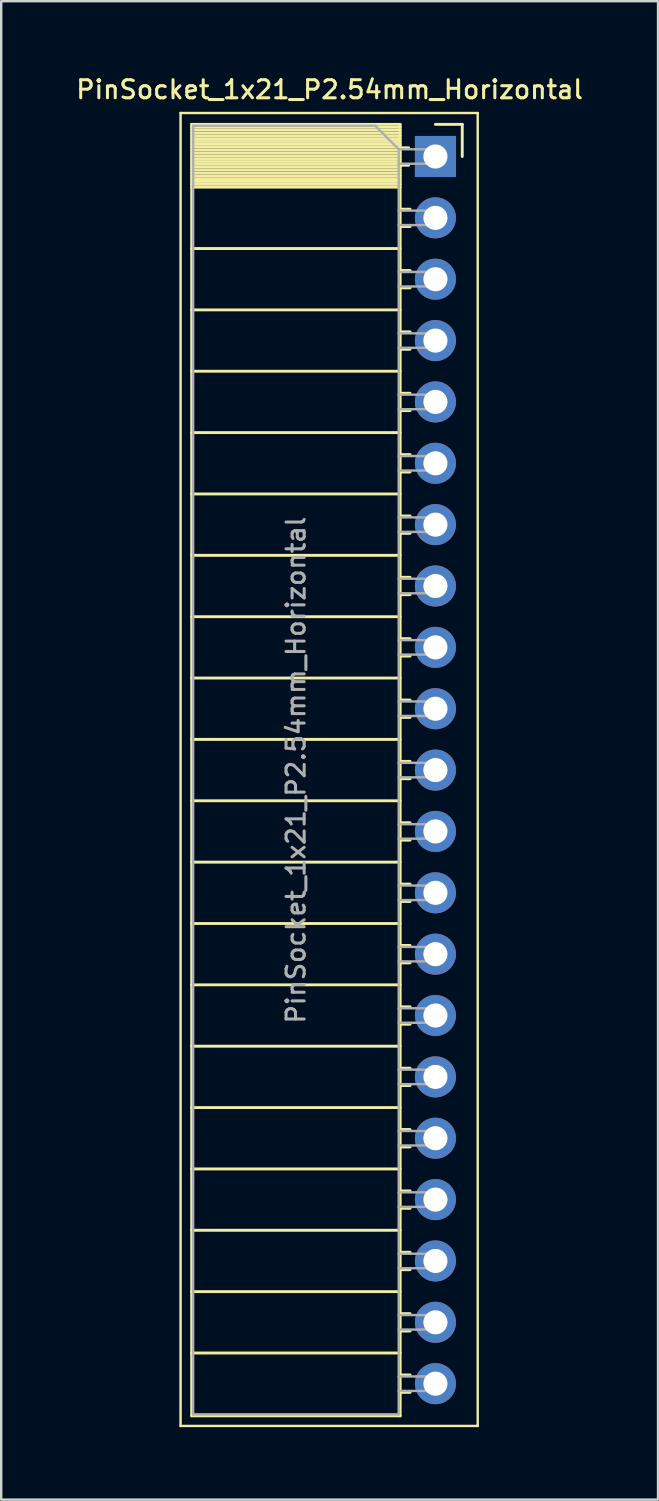
<source format=kicad_pcb>
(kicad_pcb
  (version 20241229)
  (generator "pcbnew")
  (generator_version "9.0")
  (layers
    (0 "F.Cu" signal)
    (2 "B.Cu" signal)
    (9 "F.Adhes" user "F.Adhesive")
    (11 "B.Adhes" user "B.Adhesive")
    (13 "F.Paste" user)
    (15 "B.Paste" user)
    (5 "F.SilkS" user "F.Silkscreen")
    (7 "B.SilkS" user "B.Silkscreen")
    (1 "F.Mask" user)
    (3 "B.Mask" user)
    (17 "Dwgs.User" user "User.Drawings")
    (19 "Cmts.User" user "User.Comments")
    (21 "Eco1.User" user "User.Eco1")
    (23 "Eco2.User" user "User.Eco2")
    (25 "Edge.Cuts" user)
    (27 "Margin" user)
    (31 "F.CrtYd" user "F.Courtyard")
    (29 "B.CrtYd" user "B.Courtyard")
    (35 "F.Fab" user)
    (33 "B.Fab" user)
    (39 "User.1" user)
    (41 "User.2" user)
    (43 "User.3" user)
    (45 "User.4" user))
  (footprint "PinSocket_1x21_P2.54mm_Horizontal"
    (layer "F.Cu")
    (at 14.975 3.428)
    (property "Reference" "PinSocket_1x21_P2.54mm_Horizontal" (at -4.38 -2.77 0) (layer "F.SilkS") (effects (font (size 0.75 0.75) (thickness 0.125))))
    (attr through_hole)
    (fp_line (start -10.55 -1.8) (end -10.55 52.55) (stroke (width 0.1) (type solid)) (layer "F.SilkS"))
    (fp_line (start -10.55 52.55) (end 1.75 52.55) (stroke (width 0.1) (type solid)) (layer "F.SilkS"))
    (fp_line (start -10.09 -1.33) (end -10.09 52.13) (stroke (width 0.12) (type solid)) (layer "F.SilkS"))
    (fp_line (start -10.09 -1.33) (end -1.46 -1.33) (stroke (width 0.12) (type solid)) (layer "F.SilkS"))
    (fp_line (start -10.09 -1.21) (end -1.46 -1.21) (stroke (width 0.12) (type solid)) (layer "F.SilkS"))
    (fp_line (start -10.09 -1.092) (end -1.46 -1.092) (stroke (width 0.12) (type solid)) (layer "F.SilkS"))
    (fp_line (start -10.09 -0.974) (end -1.46 -0.974) (stroke (width 0.12) (type solid)) (layer "F.SilkS"))
    (fp_line (start -10.09 -0.856) (end -1.46 -0.856) (stroke (width 0.12) (type solid)) (layer "F.SilkS"))
    (fp_line (start -10.09 -0.738) (end -1.46 -0.738) (stroke (width 0.12) (type solid)) (layer "F.SilkS"))
    (fp_line (start -10.09 -0.62) (end -1.46 -0.62) (stroke (width 0.12) (type solid)) (layer "F.SilkS"))
    (fp_line (start -10.09 -0.501) (end -1.46 -0.501) (stroke (width 0.12) (type solid)) (layer "F.SilkS"))
    (fp_line (start -10.09 -0.383) (end -1.46 -0.383) (stroke (width 0.12) (type solid)) (layer "F.SilkS"))
    (fp_line (start -10.09 -0.265) (end -1.46 -0.265) (stroke (width 0.12) (type solid)) (layer "F.SilkS"))
    (fp_line (start -10.09 -0.147) (end -1.46 -0.147) (stroke (width 0.12) (type solid)) (layer "F.SilkS"))
    (fp_line (start -10.09 -0.029) (end -1.46 -0.029) (stroke (width 0.12) (type solid)) (layer "F.SilkS"))
    (fp_line (start -10.09 0.089) (end -1.46 0.089) (stroke (width 0.12) (type solid)) (layer "F.SilkS"))
    (fp_line (start -10.09 0.207) (end -1.46 0.207) (stroke (width 0.12) (type solid)) (layer "F.SilkS"))
    (fp_line (start -10.09 0.325) (end -1.46 0.325) (stroke (width 0.12) (type solid)) (layer "F.SilkS"))
    (fp_line (start -10.09 0.443) (end -1.46 0.443) (stroke (width 0.12) (type solid)) (layer "F.SilkS"))
    (fp_line (start -10.09 0.561) (end -1.46 0.561) (stroke (width 0.12) (type solid)) (layer "F.SilkS"))
    (fp_line (start -10.09 0.68) (end -1.46 0.68) (stroke (width 0.12) (type solid)) (layer "F.SilkS"))
    (fp_line (start -10.09 0.798) (end -1.46 0.798) (stroke (width 0.12) (type solid)) (layer "F.SilkS"))
    (fp_line (start -10.09 0.916) (end -1.46 0.916) (stroke (width 0.12) (type solid)) (layer "F.SilkS"))
    (fp_line (start -10.09 1.034) (end -1.46 1.034) (stroke (width 0.12) (type solid)) (layer "F.SilkS"))
    (fp_line (start -10.09 1.152) (end -1.46 1.152) (stroke (width 0.12) (type solid)) (layer "F.SilkS"))
    (fp_line (start -10.09 1.27) (end -1.46 1.27) (stroke (width 0.12) (type solid)) (layer "F.SilkS"))
    (fp_line (start -10.09 3.81) (end -1.46 3.81) (stroke (width 0.12) (type solid)) (layer "F.SilkS"))
    (fp_line (start -10.09 6.35) (end -1.46 6.35) (stroke (width 0.12) (type solid)) (layer "F.SilkS"))
    (fp_line (start -10.09 8.89) (end -1.46 8.89) (stroke (width 0.12) (type solid)) (layer "F.SilkS"))
    (fp_line (start -10.09 11.43) (end -1.46 11.43) (stroke (width 0.12) (type solid)) (layer "F.SilkS"))
    (fp_line (start -10.09 13.97) (end -1.46 13.97) (stroke (width 0.12) (type solid)) (layer "F.SilkS"))
    (fp_line (start -10.09 16.51) (end -1.46 16.51) (stroke (width 0.12) (type solid)) (layer "F.SilkS"))
    (fp_line (start -10.09 19.05) (end -1.46 19.05) (stroke (width 0.12) (type solid)) (layer "F.SilkS"))
    (fp_line (start -10.09 21.59) (end -1.46 21.59) (stroke (width 0.12) (type solid)) (layer "F.SilkS"))
    (fp_line (start -10.09 24.13) (end -1.46 24.13) (stroke (width 0.12) (type solid)) (layer "F.SilkS"))
    (fp_line (start -10.09 26.67) (end -1.46 26.67) (stroke (width 0.12) (type solid)) (layer "F.SilkS"))
    (fp_line (start -10.09 29.21) (end -1.46 29.21) (stroke (width 0.12) (type solid)) (layer "F.SilkS"))
    (fp_line (start -10.09 31.75) (end -1.46 31.75) (stroke (width 0.12) (type solid)) (layer "F.SilkS"))
    (fp_line (start -10.09 34.29) (end -1.46 34.29) (stroke (width 0.12) (type solid)) (layer "F.SilkS"))
    (fp_line (start -10.09 36.83) (end -1.46 36.83) (stroke (width 0.12) (type solid)) (layer "F.SilkS"))
    (fp_line (start -10.09 39.37) (end -1.46 39.37) (stroke (width 0.12) (type solid)) (layer "F.SilkS"))
    (fp_line (start -10.09 41.91) (end -1.46 41.91) (stroke (width 0.12) (type solid)) (layer "F.SilkS"))
    (fp_line (start -10.09 44.45) (end -1.46 44.45) (stroke (width 0.12) (type solid)) (layer "F.SilkS"))
    (fp_line (start -10.09 46.99) (end -1.46 46.99) (stroke (width 0.12) (type solid)) (layer "F.SilkS"))
    (fp_line (start -10.09 49.53) (end -1.46 49.53) (stroke (width 0.12) (type solid)) (layer "F.SilkS"))
    (fp_line (start -10.09 52.13) (end -1.46 52.13) (stroke (width 0.12) (type solid)) (layer "F.SilkS"))
    (fp_line (start -1.46 -1.33) (end -1.46 52.13) (stroke (width 0.12) (type solid)) (layer "F.SilkS"))
    (fp_line (start -1.46 -0.36) (end -1.11 -0.36) (stroke (width 0.12) (type solid)) (layer "F.SilkS"))
    (fp_line (start -1.46 0.36) (end -1.11 0.36) (stroke (width 0.12) (type solid)) (layer "F.SilkS"))
    (fp_line (start -1.46 2.18) (end -1.05 2.18) (stroke (width 0.12) (type solid)) (layer "F.SilkS"))
    (fp_line (start -1.46 2.9) (end -1.05 2.9) (stroke (width 0.12) (type solid)) (layer "F.SilkS"))
    (fp_line (start -1.46 4.72) (end -1.05 4.72) (stroke (width 0.12) (type solid)) (layer "F.SilkS"))
    (fp_line (start -1.46 5.44) (end -1.05 5.44) (stroke (width 0.12) (type solid)) (layer "F.SilkS"))
    (fp_line (start -1.46 7.26) (end -1.05 7.26) (stroke (width 0.12) (type solid)) (layer "F.SilkS"))
    (fp_line (start -1.46 7.98) (end -1.05 7.98) (stroke (width 0.12) (type solid)) (layer "F.SilkS"))
    (fp_line (start -1.46 9.8) (end -1.05 9.8) (stroke (width 0.12) (type solid)) (layer "F.SilkS"))
    (fp_line (start -1.46 10.52) (end -1.05 10.52) (stroke (width 0.12) (type solid)) (layer "F.SilkS"))
    (fp_line (start -1.46 12.34) (end -1.05 12.34) (stroke (width 0.12) (type solid)) (layer "F.SilkS"))
    (fp_line (start -1.46 13.06) (end -1.05 13.06) (stroke (width 0.12) (type solid)) (layer "F.SilkS"))
    (fp_line (start -1.46 14.88) (end -1.05 14.88) (stroke (width 0.12) (type solid)) (layer "F.SilkS"))
    (fp_line (start -1.46 15.6) (end -1.05 15.6) (stroke (width 0.12) (type solid)) (layer "F.SilkS"))
    (fp_line (start -1.46 17.42) (end -1.05 17.42) (stroke (width 0.12) (type solid)) (layer "F.SilkS"))
    (fp_line (start -1.46 18.14) (end -1.05 18.14) (stroke (width 0.12) (type solid)) (layer "F.SilkS"))
    (fp_line (start -1.46 19.96) (end -1.05 19.96) (stroke (width 0.12) (type solid)) (layer "F.SilkS"))
    (fp_line (start -1.46 20.68) (end -1.05 20.68) (stroke (width 0.12) (type solid)) (layer "F.SilkS"))
    (fp_line (start -1.46 22.5) (end -1.05 22.5) (stroke (width 0.12) (type solid)) (layer "F.SilkS"))
    (fp_line (start -1.46 23.22) (end -1.05 23.22) (stroke (width 0.12) (type solid)) (layer "F.SilkS"))
    (fp_line (start -1.46 25.04) (end -1.05 25.04) (stroke (width 0.12) (type solid)) (layer "F.SilkS"))
    (fp_line (start -1.46 25.76) (end -1.05 25.76) (stroke (width 0.12) (type solid)) (layer "F.SilkS"))
    (fp_line (start -1.46 27.58) (end -1.05 27.58) (stroke (width 0.12) (type solid)) (layer "F.SilkS"))
    (fp_line (start -1.46 28.3) (end -1.05 28.3) (stroke (width 0.12) (type solid)) (layer "F.SilkS"))
    (fp_line (start -1.46 30.12) (end -1.05 30.12) (stroke (width 0.12) (type solid)) (layer "F.SilkS"))
    (fp_line (start -1.46 30.84) (end -1.05 30.84) (stroke (width 0.12) (type solid)) (layer "F.SilkS"))
    (fp_line (start -1.46 32.66) (end -1.05 32.66) (stroke (width 0.12) (type solid)) (layer "F.SilkS"))
    (fp_line (start -1.46 33.38) (end -1.05 33.38) (stroke (width 0.12) (type solid)) (layer "F.SilkS"))
    (fp_line (start -1.46 35.2) (end -1.05 35.2) (stroke (width 0.12) (type solid)) (layer "F.SilkS"))
    (fp_line (start -1.46 35.92) (end -1.05 35.92) (stroke (width 0.12) (type solid)) (layer "F.SilkS"))
    (fp_line (start -1.46 37.74) (end -1.05 37.74) (stroke (width 0.12) (type solid)) (layer "F.SilkS"))
    (fp_line (start -1.46 38.46) (end -1.05 38.46) (stroke (width 0.12) (type solid)) (layer "F.SilkS"))
    (fp_line (start -1.46 40.28) (end -1.05 40.28) (stroke (width 0.12) (type solid)) (layer "F.SilkS"))
    (fp_line (start -1.46 41) (end -1.05 41) (stroke (width 0.12) (type solid)) (layer "F.SilkS"))
    (fp_line (start -1.46 42.82) (end -1.05 42.82) (stroke (width 0.12) (type solid)) (layer "F.SilkS"))
    (fp_line (start -1.46 43.54) (end -1.05 43.54) (stroke (width 0.12) (type solid)) (layer "F.SilkS"))
    (fp_line (start -1.46 45.36) (end -1.05 45.36) (stroke (width 0.12) (type solid)) (layer "F.SilkS"))
    (fp_line (start -1.46 46.08) (end -1.05 46.08) (stroke (width 0.12) (type solid)) (layer "F.SilkS"))
    (fp_line (start -1.46 47.9) (end -1.05 47.9) (stroke (width 0.12) (type solid)) (layer "F.SilkS"))
    (fp_line (start -1.46 48.62) (end -1.05 48.62) (stroke (width 0.12) (type solid)) (layer "F.SilkS"))
    (fp_line (start -1.46 50.44) (end -1.05 50.44) (stroke (width 0.12) (type solid)) (layer "F.SilkS"))
    (fp_line (start -1.46 51.16) (end -1.05 51.16) (stroke (width 0.12) (type solid)) (layer "F.SilkS"))
    (fp_line (start 0 -1.33) (end 1.11 -1.33) (stroke (width 0.12) (type solid)) (layer "F.SilkS"))
    (fp_line (start 1.11 -1.33) (end 1.11 0) (stroke (width 0.12) (type solid)) (layer "F.SilkS"))
    (fp_line (start 1.75 -1.8) (end -10.55 -1.8) (stroke (width 0.1) (type solid)) (layer "F.SilkS"))
    (fp_line (start 1.75 52.55) (end 1.75 -1.8) (stroke (width 0.1) (type solid)) (layer "F.SilkS"))
    (fp_line (start -10.03 -1.27) (end -2.49 -1.27) (stroke (width 0.1) (type solid)) (layer "F.Fab"))
    (fp_line (start -10.03 52.07) (end -10.03 -1.27) (stroke (width 0.1) (type solid)) (layer "F.Fab"))
    (fp_line (start -2.49 -1.27) (end -1.52 -0.3) (stroke (width 0.1) (type solid)) (layer "F.Fab"))
    (fp_line (start -1.52 -0.3) (end -1.52 52.07) (stroke (width 0.1) (type solid)) (layer "F.Fab"))
    (fp_line (start -1.52 0.3) (end 0 0.3) (stroke (width 0.1) (type solid)) (layer "F.Fab"))
    (fp_line (start -1.52 2.84) (end 0 2.84) (stroke (width 0.1) (type solid)) (layer "F.Fab"))
    (fp_line (start -1.52 5.38) (end 0 5.38) (stroke (width 0.1) (type solid)) (layer "F.Fab"))
    (fp_line (start -1.52 7.92) (end 0 7.92) (stroke (width 0.1) (type solid)) (layer "F.Fab"))
    (fp_line (start -1.52 10.46) (end 0 10.46) (stroke (width 0.1) (type solid)) (layer "F.Fab"))
    (fp_line (start -1.52 13) (end 0 13) (stroke (width 0.1) (type solid)) (layer "F.Fab"))
    (fp_line (start -1.52 15.54) (end 0 15.54) (stroke (width 0.1) (type solid)) (layer "F.Fab"))
    (fp_line (start -1.52 18.08) (end 0 18.08) (stroke (width 0.1) (type solid)) (layer "F.Fab"))
    (fp_line (start -1.52 20.62) (end 0 20.62) (stroke (width 0.1) (type solid)) (layer "F.Fab"))
    (fp_line (start -1.52 23.16) (end 0 23.16) (stroke (width 0.1) (type solid)) (layer "F.Fab"))
    (fp_line (start -1.52 25.7) (end 0 25.7) (stroke (width 0.1) (type solid)) (layer "F.Fab"))
    (fp_line (start -1.52 28.24) (end 0 28.24) (stroke (width 0.1) (type solid)) (layer "F.Fab"))
    (fp_line (start -1.52 30.78) (end 0 30.78) (stroke (width 0.1) (type solid)) (layer "F.Fab"))
    (fp_line (start -1.52 33.32) (end 0 33.32) (stroke (width 0.1) (type solid)) (layer "F.Fab"))
    (fp_line (start -1.52 35.86) (end 0 35.86) (stroke (width 0.1) (type solid)) (layer "F.Fab"))
    (fp_line (start -1.52 38.4) (end 0 38.4) (stroke (width 0.1) (type solid)) (layer "F.Fab"))
    (fp_line (start -1.52 40.94) (end 0 40.94) (stroke (width 0.1) (type solid)) (layer "F.Fab"))
    (fp_line (start -1.52 43.48) (end 0 43.48) (stroke (width 0.1) (type solid)) (layer "F.Fab"))
    (fp_line (start -1.52 46.02) (end 0 46.02) (stroke (width 0.1) (type solid)) (layer "F.Fab"))
    (fp_line (start -1.52 48.56) (end 0 48.56) (stroke (width 0.1) (type solid)) (layer "F.Fab"))
    (fp_line (start -1.52 51.1) (end 0 51.1) (stroke (width 0.1) (type solid)) (layer "F.Fab"))
    (fp_line (start -1.52 52.07) (end -10.03 52.07) (stroke (width 0.1) (type solid)) (layer "F.Fab"))
    (fp_line (start 0 -0.3) (end -1.52 -0.3) (stroke (width 0.1) (type solid)) (layer "F.Fab"))
    (fp_line (start 0 0.3) (end 0 -0.3) (stroke (width 0.1) (type solid)) (layer "F.Fab"))
    (fp_line (start 0 2.24) (end -1.52 2.24) (stroke (width 0.1) (type solid)) (layer "F.Fab"))
    (fp_line (start 0 2.84) (end 0 2.24) (stroke (width 0.1) (type solid)) (layer "F.Fab"))
    (fp_line (start 0 4.78) (end -1.52 4.78) (stroke (width 0.1) (type solid)) (layer "F.Fab"))
    (fp_line (start 0 5.38) (end 0 4.78) (stroke (width 0.1) (type solid)) (layer "F.Fab"))
    (fp_line (start 0 7.32) (end -1.52 7.32) (stroke (width 0.1) (type solid)) (layer "F.Fab"))
    (fp_line (start 0 7.92) (end 0 7.32) (stroke (width 0.1) (type solid)) (layer "F.Fab"))
    (fp_line (start 0 9.86) (end -1.52 9.86) (stroke (width 0.1) (type solid)) (layer "F.Fab"))
    (fp_line (start 0 10.46) (end 0 9.86) (stroke (width 0.1) (type solid)) (layer "F.Fab"))
    (fp_line (start 0 12.4) (end -1.52 12.4) (stroke (width 0.1) (type solid)) (layer "F.Fab"))
    (fp_line (start 0 13) (end 0 12.4) (stroke (width 0.1) (type solid)) (layer "F.Fab"))
    (fp_line (start 0 14.94) (end -1.52 14.94) (stroke (width 0.1) (type solid)) (layer "F.Fab"))
    (fp_line (start 0 15.54) (end 0 14.94) (stroke (width 0.1) (type solid)) (layer "F.Fab"))
    (fp_line (start 0 17.48) (end -1.52 17.48) (stroke (width 0.1) (type solid)) (layer "F.Fab"))
    (fp_line (start 0 18.08) (end 0 17.48) (stroke (width 0.1) (type solid)) (layer "F.Fab"))
    (fp_line (start 0 20.02) (end -1.52 20.02) (stroke (width 0.1) (type solid)) (layer "F.Fab"))
    (fp_line (start 0 20.62) (end 0 20.02) (stroke (width 0.1) (type solid)) (layer "F.Fab"))
    (fp_line (start 0 22.56) (end -1.52 22.56) (stroke (width 0.1) (type solid)) (layer "F.Fab"))
    (fp_line (start 0 23.16) (end 0 22.56) (stroke (width 0.1) (type solid)) (layer "F.Fab"))
    (fp_line (start 0 25.1) (end -1.52 25.1) (stroke (width 0.1) (type solid)) (layer "F.Fab"))
    (fp_line (start 0 25.7) (end 0 25.1) (stroke (width 0.1) (type solid)) (layer "F.Fab"))
    (fp_line (start 0 27.64) (end -1.52 27.64) (stroke (width 0.1) (type solid)) (layer "F.Fab"))
    (fp_line (start 0 28.24) (end 0 27.64) (stroke (width 0.1) (type solid)) (layer "F.Fab"))
    (fp_line (start 0 30.18) (end -1.52 30.18) (stroke (width 0.1) (type solid)) (layer "F.Fab"))
    (fp_line (start 0 30.78) (end 0 30.18) (stroke (width 0.1) (type solid)) (layer "F.Fab"))
    (fp_line (start 0 32.72) (end -1.52 32.72) (stroke (width 0.1) (type solid)) (layer "F.Fab"))
    (fp_line (start 0 33.32) (end 0 32.72) (stroke (width 0.1) (type solid)) (layer "F.Fab"))
    (fp_line (start 0 35.26) (end -1.52 35.26) (stroke (width 0.1) (type solid)) (layer "F.Fab"))
    (fp_line (start 0 35.86) (end 0 35.26) (stroke (width 0.1) (type solid)) (layer "F.Fab"))
    (fp_line (start 0 37.8) (end -1.52 37.8) (stroke (width 0.1) (type solid)) (layer "F.Fab"))
    (fp_line (start 0 38.4) (end 0 37.8) (stroke (width 0.1) (type solid)) (layer "F.Fab"))
    (fp_line (start 0 40.34) (end -1.52 40.34) (stroke (width 0.1) (type solid)) (layer "F.Fab"))
    (fp_line (start 0 40.94) (end 0 40.34) (stroke (width 0.1) (type solid)) (layer "F.Fab"))
    (fp_line (start 0 42.88) (end -1.52 42.88) (stroke (width 0.1) (type solid)) (layer "F.Fab"))
    (fp_line (start 0 43.48) (end 0 42.88) (stroke (width 0.1) (type solid)) (layer "F.Fab"))
    (fp_line (start 0 45.42) (end -1.52 45.42) (stroke (width 0.1) (type solid)) (layer "F.Fab"))
    (fp_line (start 0 46.02) (end 0 45.42) (stroke (width 0.1) (type solid)) (layer "F.Fab"))
    (fp_line (start 0 47.96) (end -1.52 47.96) (stroke (width 0.1) (type solid)) (layer "F.Fab"))
    (fp_line (start 0 48.56) (end 0 47.96) (stroke (width 0.1) (type solid)) (layer "F.Fab"))
    (fp_line (start 0 50.5) (end -1.52 50.5) (stroke (width 0.1) (type solid)) (layer "F.Fab"))
    (fp_line (start 0 51.1) (end 0 50.5) (stroke (width 0.1) (type solid)) (layer "F.Fab"))
    (fp_text user "${REFERENCE}" (at -5.775 25.4 90) (layer "F.Fab") (effects (font (size 0.75 0.75) (thickness 0.125))))
    (pad "1" thru_hole rect (at 0 0) (size 1.7 1.7) (drill 1) (layers "*.Cu" "*.Mask"))
    (pad "2" thru_hole oval (at 0 2.54) (size 1.7 1.7) (drill 1) (layers "*.Cu" "*.Mask"))
    (pad "3" thru_hole oval (at 0 5.08) (size 1.7 1.7) (drill 1) (layers "*.Cu" "*.Mask"))
    (pad "4" thru_hole oval (at 0 7.62) (size 1.7 1.7) (drill 1) (layers "*.Cu" "*.Mask"))
    (pad "5" thru_hole oval (at 0 10.16) (size 1.7 1.7) (drill 1) (layers "*.Cu" "*.Mask"))
    (pad "6" thru_hole oval (at 0 12.7) (size 1.7 1.7) (drill 1) (layers "*.Cu" "*.Mask"))
    (pad "7" thru_hole oval (at 0 15.24) (size 1.7 1.7) (drill 1) (layers "*.Cu" "*.Mask"))
    (pad "8" thru_hole oval (at 0 17.78) (size 1.7 1.7) (drill 1) (layers "*.Cu" "*.Mask"))
    (pad "9" thru_hole oval (at 0 20.32) (size 1.7 1.7) (drill 1) (layers "*.Cu" "*.Mask"))
    (pad "10" thru_hole oval (at 0 22.86) (size 1.7 1.7) (drill 1) (layers "*.Cu" "*.Mask"))
    (pad "11" thru_hole oval (at 0 25.4) (size 1.7 1.7) (drill 1) (layers "*.Cu" "*.Mask"))
    (pad "12" thru_hole oval (at 0 27.94) (size 1.7 1.7) (drill 1) (layers "*.Cu" "*.Mask"))
    (pad "13" thru_hole oval (at 0 30.48) (size 1.7 1.7) (drill 1) (layers "*.Cu" "*.Mask"))
    (pad "14" thru_hole oval (at 0 33.02) (size 1.7 1.7) (drill 1) (layers "*.Cu" "*.Mask"))
    (pad "15" thru_hole oval (at 0 35.56) (size 1.7 1.7) (drill 1) (layers "*.Cu" "*.Mask"))
    (pad "16" thru_hole oval (at 0 38.1) (size 1.7 1.7) (drill 1) (layers "*.Cu" "*.Mask"))
    (pad "17" thru_hole oval (at 0 40.64) (size 1.7 1.7) (drill 1) (layers "*.Cu" "*.Mask"))
    (pad "18" thru_hole oval (at 0 43.18) (size 1.7 1.7) (drill 1) (layers "*.Cu" "*.Mask"))
    (pad "19" thru_hole oval (at 0 45.72) (size 1.7 1.7) (drill 1) (layers "*.Cu" "*.Mask"))
    (pad "20" thru_hole oval (at 0 48.26) (size 1.7 1.7) (drill 1) (layers "*.Cu" "*.Mask"))
    (pad "21" thru_hole oval (at 0 50.8) (size 1.7 1.7) (drill 1) (layers "*.Cu" "*.Mask")))
  (gr_rect
    (start -3 -3)
    (end 24.189 59.028)
    (stroke (width 0.1) (type default))
    (fill no)
    (layer "Edge.Cuts")))
</source>
